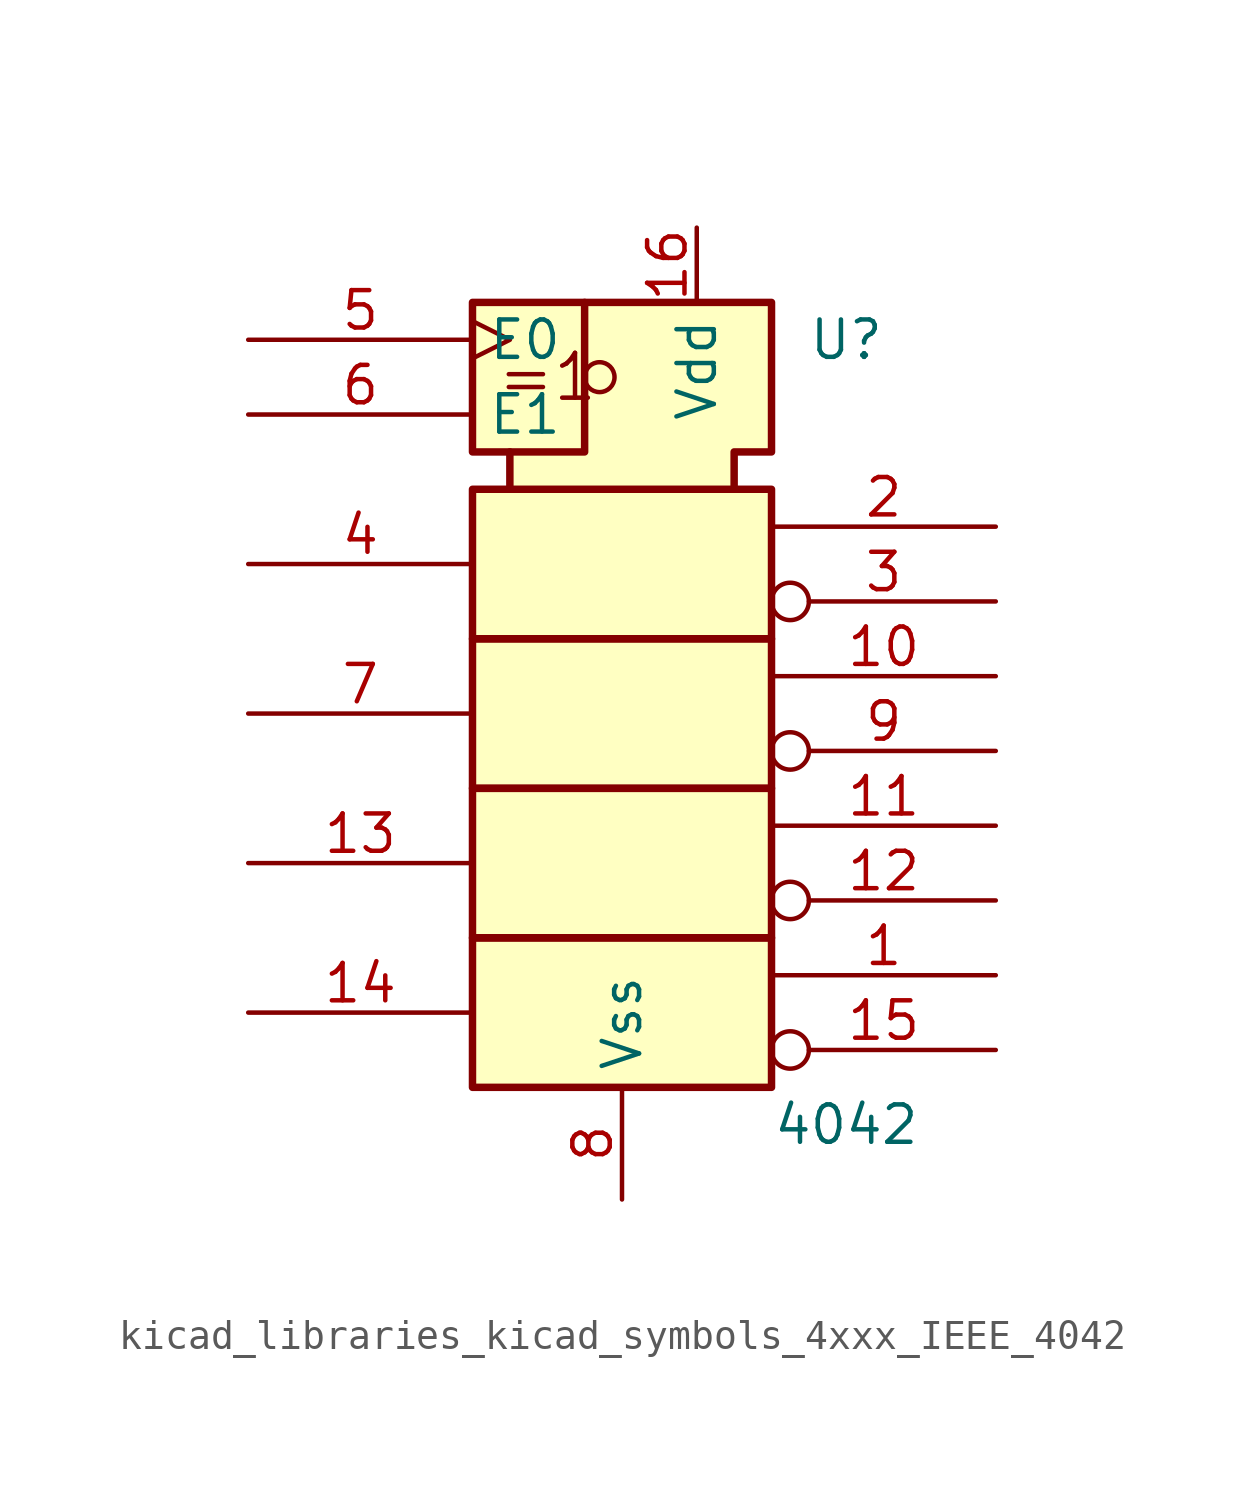
<source format=kicad_sym>
(kicad_symbol_lib
  (version 20220914)
  (generator kicad_symbol_editor)
  (symbol "kicad_libraries_kicad_symbols_4xxx_IEEE_4042"
    (property "Reference" "U"
      (at 7.62 11.43 0)
      (effects (font (size 1.27 1.27))))
    (property "Value" "4042"
      (at 7.62 -15.24 0)
      (effects (font (size 1.27 1.27))))
    (symbol "kicad_libraries_kicad_symbols_4xxx_IEEE_4042_0_0"
      (circle (center -0.762 10.16) (radius 0.508) (stroke (width 0) (type default)) (fill (type none)))
      (polyline (pts (xy -1.27 12.7) (xy -1.27 7.62) (xy -3.81 7.62) (xy -3.81 7.62)) (stroke (width 0.254) (type default)) (fill (type background)))
      (text "=1" (at -2.54 10.16 0) (effects (font (size 1.524 1.524)))))
    (symbol "kicad_libraries_kicad_symbols_4xxx_IEEE_4042_0_1"
      (rectangle (start -5.08 -8.89) (end 5.08 -13.97) (stroke (width 0.254) (type default)) (fill (type background)))
      (rectangle (start -5.08 1.27) (end 5.08 -3.81) (stroke (width 0.254) (type default)) (fill (type background)))
      (polyline (pts (xy -3.81 6.35) (xy -3.81 7.62) (xy -5.08 7.62) (xy -5.08 12.7) (xy 5.08 12.7) (xy 5.08 7.62) (xy 3.81 7.62) (xy 3.81 6.35) (xy 3.81 6.35)) (stroke (width 0.254) (type default)) (fill (type background)))
      (rectangle (start 5.08 -3.81) (end -5.08 -8.89) (stroke (width 0.254) (type default)) (fill (type background)))
      (rectangle (start 5.08 6.35) (end -5.08 1.27) (stroke (width 0.254) (type default)) (fill (type background))))
    (symbol "kicad_libraries_kicad_symbols_4xxx_IEEE_4042_1_0"
      (pin output line (at 12.7 -10.16 180) (length 7.62) (name "~" (effects (font (size 1.27 1.27)))) (number "1" (effects (font (size 1.27 1.27)))))
      (pin output line (at 12.7 0 180) (length 7.62) (name "~" (effects (font (size 1.27 1.27)))) (number "10" (effects (font (size 1.27 1.27)))))
      (pin output line (at 12.7 -5.08 180) (length 7.62) (name "~" (effects (font (size 1.27 1.27)))) (number "11" (effects (font (size 1.27 1.27)))))
      (pin output inverted (at 12.7 -7.62 180) (length 7.62) (name "~" (effects (font (size 1.27 1.27)))) (number "12" (effects (font (size 1.27 1.27)))))
      (pin input line (at -12.7 -6.35 0) (length 7.62) (name "~" (effects (font (size 1.27 1.27)))) (number "13" (effects (font (size 1.27 1.27)))))
      (pin input line (at -12.7 -11.43 0) (length 7.62) (name "~" (effects (font (size 1.27 1.27)))) (number "14" (effects (font (size 1.27 1.27)))))
      (pin output inverted (at 12.7 -12.7 180) (length 7.62) (name "~" (effects (font (size 1.27 1.27)))) (number "15" (effects (font (size 1.27 1.27)))))
      (pin power_in line (at 2.54 15.24 270) (length 2.54) (name "Vdd" (effects (font (size 1.27 1.27)))) (number "16" (effects (font (size 1.27 1.27)))))
      (pin output line (at 12.7 5.08 180) (length 7.62) (name "~" (effects (font (size 1.27 1.27)))) (number "2" (effects (font (size 1.27 1.27)))))
      (pin output inverted (at 12.7 2.54 180) (length 7.62) (name "~" (effects (font (size 1.27 1.27)))) (number "3" (effects (font (size 1.27 1.27)))))
      (pin input line (at -12.7 3.81 0) (length 7.62) (name "~" (effects (font (size 1.27 1.27)))) (number "4" (effects (font (size 1.27 1.27)))))
      (pin input clock (at -12.7 11.43 0) (length 7.62) (name "E0" (effects (font (size 1.27 1.27)))) (number "5" (effects (font (size 1.27 1.27)))))
      (pin input line (at -12.7 8.89 0) (length 7.62) (name "E1" (effects (font (size 1.27 1.27)))) (number "6" (effects (font (size 1.27 1.27)))))
      (pin input line (at -12.7 -1.27 0) (length 7.62) (name "~" (effects (font (size 1.27 1.27)))) (number "7" (effects (font (size 1.27 1.27)))))
      (pin power_in line (at 0 -17.78 90) (length 3.81) (name "Vss" (effects (font (size 1.27 1.27)))) (number "8" (effects (font (size 1.27 1.27)))))
      (pin output inverted (at 12.7 -2.54 180) (length 7.62) (name "~" (effects (font (size 1.27 1.27)))) (number "9" (effects (font (size 1.27 1.27))))))))
</source>
